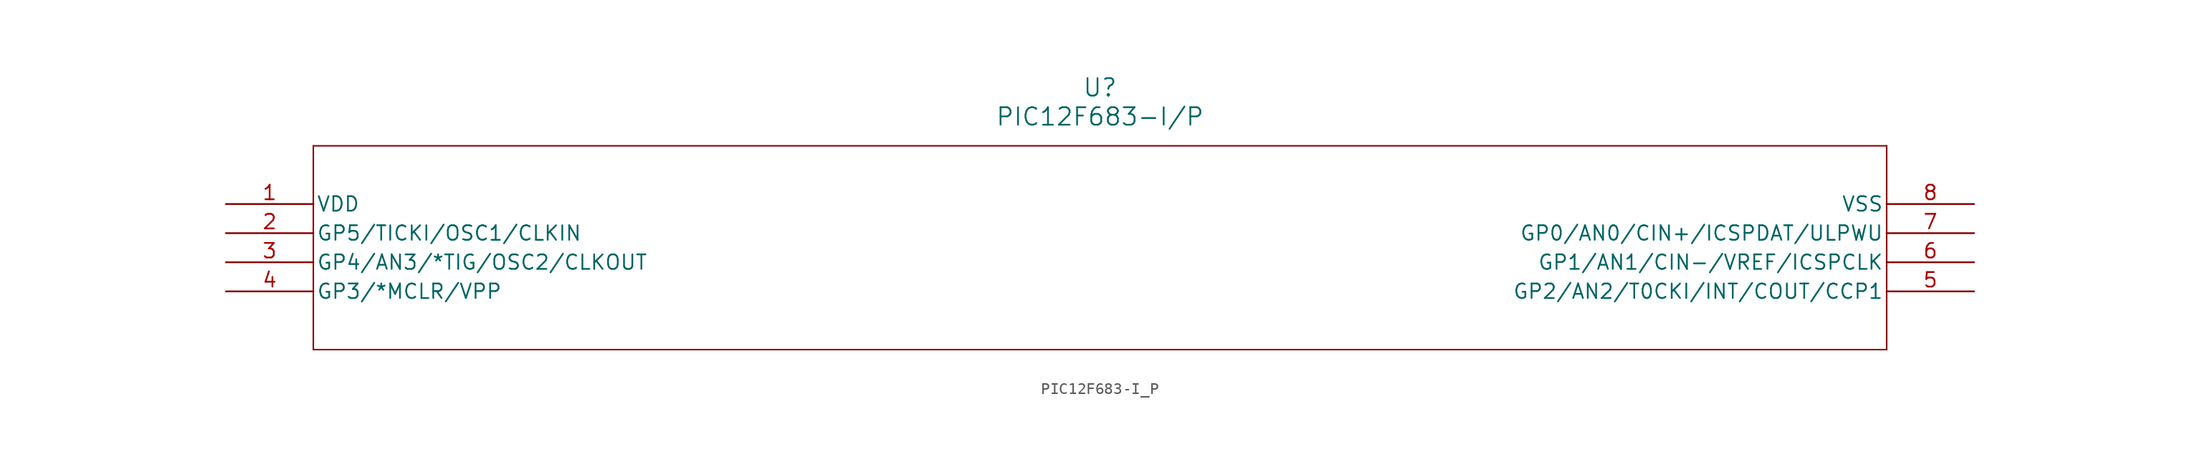
<source format=kicad_sym>
(kicad_symbol_lib
  (version 20211014)
  (generator kicad_symbol_editor)
  (symbol "PIC12F683-I_P"
    (pin_names
      (offset 0.254))
    (property "Reference" "U"
      (at 76.2 10.16 0)
      (effects (font (size 1.524 1.524))))
    (property "Value" "PIC12F683-I/P"
      (at 76.2 7.62 0)
      (effects (font (size 1.524 1.524))))
    (symbol "PIC12F683-I_P_0_1"
      (polyline (pts (xy 7.62 5.08) (xy 7.62 -12.7)) (stroke (width 0.127) (type default) (color 0 0 0 0)) (fill (type none)))
      (polyline (pts (xy 7.62 -12.7) (xy 144.78 -12.7)) (stroke (width 0.127) (type default) (color 0 0 0 0)) (fill (type none)))
      (polyline (pts (xy 144.78 -12.7) (xy 144.78 5.08)) (stroke (width 0.127) (type default) (color 0 0 0 0)) (fill (type none)))
      (polyline (pts (xy 144.78 5.08) (xy 7.62 5.08)) (stroke (width 0.127) (type default) (color 0 0 0 0)) (fill (type none)))
      (pin unspecified line (at 0 0 0) (length 7.62) (name "VDD" (effects (font (size 1.27 1.27)))) (number "1" (effects (font (size 1.27 1.27)))))
      (pin unspecified line (at 0 -2.54 0) (length 7.62) (name "GP5/TICKI/OSC1/CLKIN" (effects (font (size 1.27 1.27)))) (number "2" (effects (font (size 1.27 1.27)))))
      (pin unspecified line (at 0 -5.08 0) (length 7.62) (name "GP4/AN3/*TIG/OSC2/CLKOUT" (effects (font (size 1.27 1.27)))) (number "3" (effects (font (size 1.27 1.27)))))
      (pin unspecified line (at 0 -7.62 0) (length 7.62) (name "GP3/*MCLR/VPP" (effects (font (size 1.27 1.27)))) (number "4" (effects (font (size 1.27 1.27)))))
      (pin unspecified line (at 152.4 -7.62 180) (length 7.62) (name "GP2/AN2/T0CKI/INT/COUT/CCP1" (effects (font (size 1.27 1.27)))) (number "5" (effects (font (size 1.27 1.27)))))
      (pin unspecified line (at 152.4 -5.08 180) (length 7.62) (name "GP1/AN1/CIN-/VREF/ICSPCLK" (effects (font (size 1.27 1.27)))) (number "6" (effects (font (size 1.27 1.27)))))
      (pin unspecified line (at 152.4 -2.54 180) (length 7.62) (name "GP0/AN0/CIN+/ICSPDAT/ULPWU" (effects (font (size 1.27 1.27)))) (number "7" (effects (font (size 1.27 1.27)))))
      (pin unspecified line (at 152.4 0 180) (length 7.62) (name "VSS" (effects (font (size 1.27 1.27)))) (number "8" (effects (font (size 1.27 1.27))))))))
</source>
